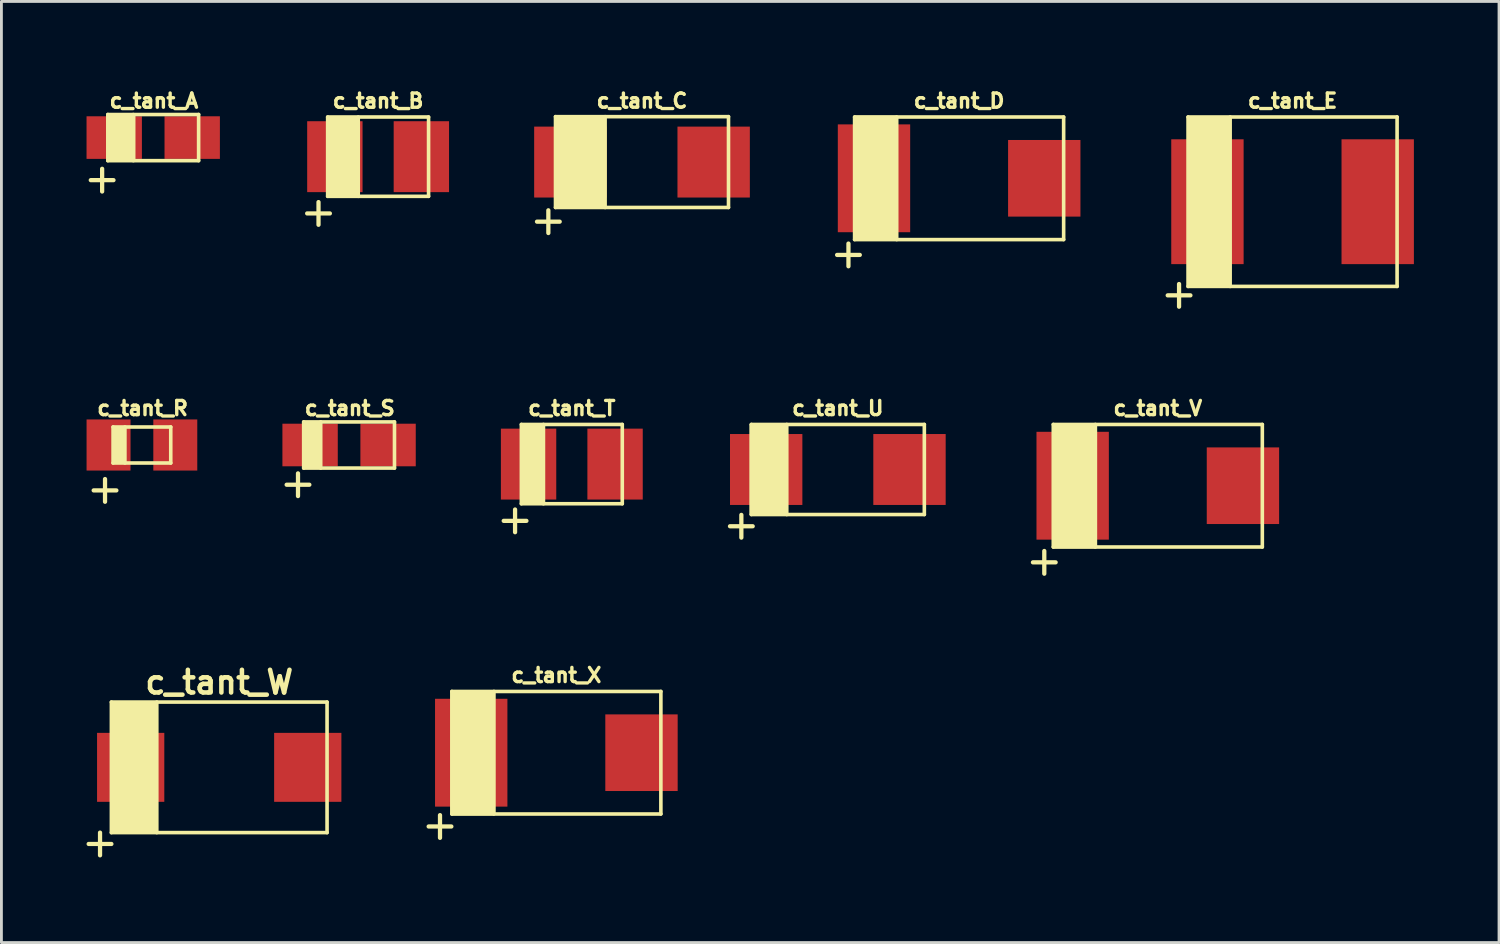
<source format=kicad_pcb>
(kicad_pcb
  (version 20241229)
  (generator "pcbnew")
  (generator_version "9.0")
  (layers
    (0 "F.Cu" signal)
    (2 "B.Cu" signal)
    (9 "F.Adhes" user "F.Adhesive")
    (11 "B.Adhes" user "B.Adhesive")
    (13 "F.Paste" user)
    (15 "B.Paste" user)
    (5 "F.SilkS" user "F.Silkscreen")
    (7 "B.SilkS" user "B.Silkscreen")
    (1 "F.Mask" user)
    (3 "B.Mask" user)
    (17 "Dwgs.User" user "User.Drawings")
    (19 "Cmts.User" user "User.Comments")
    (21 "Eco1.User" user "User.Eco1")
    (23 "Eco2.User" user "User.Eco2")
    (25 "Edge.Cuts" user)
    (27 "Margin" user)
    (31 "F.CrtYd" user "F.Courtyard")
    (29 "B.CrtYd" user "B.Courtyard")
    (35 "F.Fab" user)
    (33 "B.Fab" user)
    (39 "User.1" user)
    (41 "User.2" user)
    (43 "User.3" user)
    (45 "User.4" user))
  (footprint "c_tant_E"
    (layer "F.Cu")
    (at 42.498 4.058)
    (property "Reference" "c_tant_E" (at 0 -3.556 0) (layer "F.SilkS") (effects (font (size 0.5 0.5) (thickness 0.119))))
    (attr through_hole)
    (fp_line (start -4.4 3.3) (end -3.6 3.3) (stroke (width 0.15) (type solid)) (layer "F.SilkS"))
    (fp_line (start -4 2.9) (end -4 3.7) (stroke (width 0.15) (type solid)) (layer "F.SilkS"))
    (fp_line (start -3.683 -2.985) (end -3.683 2.985) (stroke (width 0.127) (type solid)) (layer "F.SilkS"))
    (fp_line (start -3.683 2.985) (end 3.683 2.985) (stroke (width 0.127) (type solid)) (layer "F.SilkS"))
    (fp_line (start -2.2 2.985) (end -2.2 -2.985) (stroke (width 0.127) (type solid)) (layer "F.SilkS"))
    (fp_line (start 3.683 -2.985) (end -3.683 -2.985) (stroke (width 0.127) (type solid)) (layer "F.SilkS"))
    (fp_line (start 3.683 -2.985) (end 3.683 2.985) (stroke (width 0.127) (type solid)) (layer "F.SilkS"))
    (fp_poly (pts (xy -3.7 -3) (xy -2.2 -3) (xy -2.2 3) (xy -3.7 3)) (stroke (width 0.01) (type solid)) (fill yes) (layer "F.SilkS"))
    (pad "1" smd rect (at -3 0) (size 2.55 4.399) (layers "F.Cu" "F.Mask" "F.Paste"))
    (pad "2" smd rect (at 3 0) (size 2.55 4.399) (layers "F.Cu" "F.Mask" "F.Paste")))
  (footprint "c_tant_R"
    (layer "F.Cu")
    (at 1.951 12.631)
    (property "Reference" "c_tant_R" (at 0.025 -1.295 0) (layer "F.SilkS") (effects (font (size 0.5 0.5) (thickness 0.119))))
    (attr through_hole)
    (fp_line (start -1.7 1.6) (end -0.9 1.6) (stroke (width 0.15) (type solid)) (layer "F.SilkS"))
    (fp_line (start -1.3 1.2) (end -1.3 2) (stroke (width 0.15) (type solid)) (layer "F.SilkS"))
    (fp_line (start -1.016 -0.635) (end -1.016 0.635) (stroke (width 0.127) (type solid)) (layer "F.SilkS"))
    (fp_line (start -1.016 0.635) (end 1.016 0.635) (stroke (width 0.127) (type solid)) (layer "F.SilkS"))
    (fp_line (start -0.6 -0.635) (end -0.6 0.635) (stroke (width 0.127) (type solid)) (layer "F.SilkS"))
    (fp_line (start 1.016 -0.635) (end -1.016 -0.635) (stroke (width 0.127) (type solid)) (layer "F.SilkS"))
    (fp_line (start 1.016 0.635) (end 1.016 -0.635) (stroke (width 0.127) (type solid)) (layer "F.SilkS"))
    (fp_poly (pts (xy -1 -0.6) (xy -0.6 -0.6) (xy -0.6 0.6) (xy -1 0.6)) (stroke (width 0.01) (type solid)) (fill yes) (layer "F.SilkS"))
    (pad "1" smd rect (at -1.176 0) (size 1.549 1.801) (layers "F.Cu" "F.Mask" "F.Paste"))
    (pad "2" smd rect (at 1.176 0) (size 1.549 1.801) (layers "F.Cu" "F.Mask" "F.Paste")))
  (footprint "c_tant_B"
    (layer "F.Cu")
    (at 10.274 2.471)
    (property "Reference" "c_tant_B" (at 0 -1.968 0) (layer "F.SilkS") (effects (font (size 0.5 0.5) (thickness 0.119))))
    (attr through_hole)
    (fp_line (start -2.5 2) (end -1.7 2) (stroke (width 0.15) (type solid)) (layer "F.SilkS"))
    (fp_line (start -2.1 1.6) (end -2.1 2.4) (stroke (width 0.15) (type solid)) (layer "F.SilkS"))
    (fp_line (start -1.778 -1.397) (end -1.778 1.397) (stroke (width 0.127) (type solid)) (layer "F.SilkS"))
    (fp_line (start -1.778 1.397) (end 1.778 1.397) (stroke (width 0.127) (type solid)) (layer "F.SilkS"))
    (fp_line (start -0.7 -1.397) (end -0.7 1.397) (stroke (width 0.127) (type solid)) (layer "F.SilkS"))
    (fp_line (start 1.778 -1.397) (end -1.778 -1.397) (stroke (width 0.127) (type solid)) (layer "F.SilkS"))
    (fp_line (start 1.778 1.397) (end 1.778 -1.397) (stroke (width 0.127) (type solid)) (layer "F.SilkS"))
    (fp_poly (pts (xy -1.8 -1.4) (xy -0.7 -1.4) (xy -0.7 1.4) (xy -1.8 1.4)) (stroke (width 0.01) (type solid)) (fill yes) (layer "F.SilkS"))
    (pad "1" smd rect (at -1.524 0) (size 1.951 2.499) (layers "F.Cu" "F.Mask" "F.Paste"))
    (pad "2" smd rect (at 1.524 0) (size 1.951 2.499) (layers "F.Cu" "F.Mask" "F.Paste")))
  (footprint "c_tant_A"
    (layer "F.Cu")
    (at 2.349 1.798)
    (property "Reference" "c_tant_A" (at 0.025 -1.295 0) (layer "F.SilkS") (effects (font (size 0.5 0.5) (thickness 0.119))))
    (attr through_hole)
    (fp_line (start -2.2 1.5) (end -1.4 1.5) (stroke (width 0.15) (type solid)) (layer "F.SilkS"))
    (fp_line (start -1.8 1.1) (end -1.8 1.9) (stroke (width 0.15) (type solid)) (layer "F.SilkS"))
    (fp_line (start -1.6 -0.813) (end -1.6 0.813) (stroke (width 0.127) (type solid)) (layer "F.SilkS"))
    (fp_line (start -1.6 0.813) (end 1.6 0.813) (stroke (width 0.127) (type solid)) (layer "F.SilkS"))
    (fp_line (start -0.7 0.8) (end -0.7 -0.8) (stroke (width 0.15) (type solid)) (layer "F.SilkS"))
    (fp_line (start 1.6 -0.813) (end -1.6 -0.813) (stroke (width 0.127) (type solid)) (layer "F.SilkS"))
    (fp_line (start 1.6 0.813) (end 1.6 -0.813) (stroke (width 0.127) (type solid)) (layer "F.SilkS"))
    (fp_poly (pts (xy -1.6 -0.8) (xy -0.7 -0.8) (xy -0.7 0.8) (xy -1.6 0.8)) (stroke (width 0.01) (type solid)) (fill yes) (layer "F.SilkS"))
    (pad "1" smd rect (at -1.374 0) (size 1.951 1.501) (layers "F.Cu" "F.Mask" "F.Paste"))
    (pad "2" smd rect (at 1.374 0) (size 1.951 1.501) (layers "F.Cu" "F.Mask" "F.Paste")))
  (footprint "c_tant_D"
    (layer "F.Cu")
    (at 30.748 3.233)
    (property "Reference" "c_tant_D" (at 0 -2.731 0) (layer "F.SilkS") (effects (font (size 0.5 0.5) (thickness 0.119))))
    (attr through_hole)
    (fp_line (start -4.3 2.7) (end -3.5 2.7) (stroke (width 0.15) (type solid)) (layer "F.SilkS"))
    (fp_line (start -3.9 2.3) (end -3.9 3.1) (stroke (width 0.15) (type solid)) (layer "F.SilkS"))
    (fp_line (start -3.683 -2.159) (end -3.683 2.159) (stroke (width 0.127) (type solid)) (layer "F.SilkS"))
    (fp_line (start -3.683 2.159) (end 3.683 2.159) (stroke (width 0.127) (type solid)) (layer "F.SilkS"))
    (fp_line (start -2.2 -2.159) (end -2.2 2.159) (stroke (width 0.127) (type solid)) (layer "F.SilkS"))
    (fp_line (start 3.683 -2.159) (end -3.683 -2.159) (stroke (width 0.127) (type solid)) (layer "F.SilkS"))
    (fp_line (start 3.683 2.159) (end 3.683 -2.159) (stroke (width 0.127) (type solid)) (layer "F.SilkS"))
    (fp_poly (pts (xy -3.7 -2.2) (xy -2.2 -2.2) (xy -2.2 2.2) (xy -3.7 2.2)) (stroke (width 0.01) (type solid)) (fill yes) (layer "F.SilkS"))
    (pad "1" smd rect (at -3 0) (size 2.55 3.8) (layers "F.Cu" "F.Mask" "F.Paste"))
    (pad "2" smd rect (at 3 0) (size 2.55 2.7) (layers "F.Cu" "F.Mask" "F.Paste")))
  (footprint "c_tant_V"
    (layer "F.Cu")
    (at 37.749 14.066)
    (property "Reference" "c_tant_V" (at 0 -2.731 0) (layer "F.SilkS") (effects (font (size 0.5 0.5) (thickness 0.119))))
    (attr through_hole)
    (fp_line (start -4.4 2.7) (end -3.6 2.7) (stroke (width 0.15) (type solid)) (layer "F.SilkS"))
    (fp_line (start -4 2.3) (end -4 3.1) (stroke (width 0.15) (type solid)) (layer "F.SilkS"))
    (fp_line (start -3.683 -2.159) (end -3.683 2.159) (stroke (width 0.127) (type solid)) (layer "F.SilkS"))
    (fp_line (start -3.683 2.159) (end 3.683 2.159) (stroke (width 0.127) (type solid)) (layer "F.SilkS"))
    (fp_line (start -2.2 -2.159) (end -2.2 2.159) (stroke (width 0.127) (type solid)) (layer "F.SilkS"))
    (fp_line (start 3.683 -2.159) (end -3.683 -2.159) (stroke (width 0.127) (type solid)) (layer "F.SilkS"))
    (fp_line (start 3.683 2.159) (end 3.683 -2.159) (stroke (width 0.127) (type solid)) (layer "F.SilkS"))
    (fp_poly (pts (xy -3.7 2.2) (xy -2.2 2.2) (xy -2.2 -2.2) (xy -3.7 -2.2)) (stroke (width 0.01) (type solid)) (fill yes) (layer "F.SilkS"))
    (pad "1" smd rect (at -3 0) (size 2.55 3.8) (layers "F.Cu" "F.Mask" "F.Paste"))
    (pad "2" smd rect (at 3 0) (size 2.55 2.7) (layers "F.Cu" "F.Mask" "F.Paste")))
  (footprint "c_tant_W"
    (layer "F.Cu")
    (at 4.675 23.99)
    (property "Reference" "c_tant_W" (at 0 -3 0) (layer "F.SilkS") (effects (font (size 0.8 0.8) (thickness 0.16))))
    (attr through_hole)
    (fp_line (start -4.6 2.7) (end -3.8 2.7) (stroke (width 0.15) (type solid)) (layer "F.SilkS"))
    (fp_line (start -4.2 2.3) (end -4.2 3.1) (stroke (width 0.15) (type solid)) (layer "F.SilkS"))
    (fp_line (start -3.8 -2.3) (end -3.8 2.3) (stroke (width 0.127) (type solid)) (layer "F.SilkS"))
    (fp_line (start -3.8 2.3) (end 3.8 2.3) (stroke (width 0.127) (type solid)) (layer "F.SilkS"))
    (fp_line (start -2.2 -2.3) (end -2.2 2.3) (stroke (width 0.127) (type solid)) (layer "F.SilkS"))
    (fp_line (start 3.8 -2.3) (end -3.8 -2.3) (stroke (width 0.127) (type solid)) (layer "F.SilkS"))
    (fp_line (start 3.8 2.3) (end 3.8 -2.3) (stroke (width 0.127) (type solid)) (layer "F.SilkS"))
    (fp_poly (pts (xy -3.8 -2.3) (xy -2.2 -2.3) (xy -2.2 2.3) (xy -3.8 2.3)) (stroke (width 0.01) (type solid)) (fill yes) (layer "F.SilkS"))
    (pad "1" smd rect (at -3.12 0) (size 2.37 2.43) (layers "F.Cu" "F.Mask" "F.Paste"))
    (pad "2" smd rect (at 3.12 0) (size 2.37 2.43) (layers "F.Cu" "F.Mask" "F.Paste")))
  (footprint "c_tant_S"
    (layer "F.Cu")
    (at 9.251 12.631)
    (property "Reference" "c_tant_S" (at 0.025 -1.295 0) (layer "F.SilkS") (effects (font (size 0.5 0.5) (thickness 0.119))))
    (attr through_hole)
    (fp_line (start -2.2 1.4) (end -1.4 1.4) (stroke (width 0.15) (type solid)) (layer "F.SilkS"))
    (fp_line (start -1.8 1) (end -1.8 1.8) (stroke (width 0.15) (type solid)) (layer "F.SilkS"))
    (fp_line (start -1.6 -0.813) (end -1.6 0.813) (stroke (width 0.127) (type solid)) (layer "F.SilkS"))
    (fp_line (start -1.6 0.813) (end 1.6 0.813) (stroke (width 0.127) (type solid)) (layer "F.SilkS"))
    (fp_line (start -1 0.813) (end -1 -0.813) (stroke (width 0.127) (type solid)) (layer "F.SilkS"))
    (fp_line (start 1.6 -0.813) (end -1.6 -0.813) (stroke (width 0.127) (type solid)) (layer "F.SilkS"))
    (fp_line (start 1.6 0.813) (end 1.6 -0.813) (stroke (width 0.127) (type solid)) (layer "F.SilkS"))
    (fp_poly (pts (xy -1.6 -0.8) (xy -1 -0.8) (xy -1 0.8) (xy -1.6 0.8)) (stroke (width 0.01) (type solid)) (fill yes) (layer "F.SilkS"))
    (pad "1" smd rect (at -1.374 0) (size 1.951 1.501) (layers "F.Cu" "F.Mask" "F.Paste"))
    (pad "2" smd rect (at 1.374 0) (size 1.951 1.501) (layers "F.Cu" "F.Mask" "F.Paste")))
  (footprint "c_tant_X"
    (layer "F.Cu")
    (at 16.555 23.474)
    (property "Reference" "c_tant_X" (at 0 -2.731 0) (layer "F.SilkS") (effects (font (size 0.5 0.5) (thickness 0.119))))
    (attr through_hole)
    (fp_line (start -4.5 2.6) (end -3.7 2.6) (stroke (width 0.15) (type solid)) (layer "F.SilkS"))
    (fp_line (start -4.1 2.2) (end -4.1 3) (stroke (width 0.15) (type solid)) (layer "F.SilkS"))
    (fp_line (start -3.683 -2.159) (end -3.683 2.159) (stroke (width 0.127) (type solid)) (layer "F.SilkS"))
    (fp_line (start -3.683 2.159) (end 3.683 2.159) (stroke (width 0.127) (type solid)) (layer "F.SilkS"))
    (fp_line (start -2.2 -2.159) (end -2.2 2.159) (stroke (width 0.127) (type solid)) (layer "F.SilkS"))
    (fp_line (start 3.683 -2.159) (end -3.683 -2.159) (stroke (width 0.127) (type solid)) (layer "F.SilkS"))
    (fp_line (start 3.683 2.159) (end 3.683 -2.159) (stroke (width 0.127) (type solid)) (layer "F.SilkS"))
    (fp_poly (pts (xy -3.7 -2.2) (xy -2.2 -2.2) (xy -2.2 2.2) (xy -3.7 2.2)) (stroke (width 0.01) (type solid)) (fill yes) (layer "F.SilkS"))
    (pad "1" smd rect (at -3 0) (size 2.55 3.8) (layers "F.Cu" "F.Mask" "F.Paste"))
    (pad "2" smd rect (at 3 0) (size 2.55 2.7) (layers "F.Cu" "F.Mask" "F.Paste")))
  (footprint "c_tant_C"
    (layer "F.Cu")
    (at 19.573 2.661)
    (property "Reference" "c_tant_C" (at 0 -2.159 0) (layer "F.SilkS") (effects (font (size 0.5 0.5) (thickness 0.119))))
    (attr through_hole)
    (fp_line (start -3.7 2.1) (end -2.9 2.1) (stroke (width 0.15) (type solid)) (layer "F.SilkS"))
    (fp_line (start -3.3 1.7) (end -3.3 2.5) (stroke (width 0.15) (type solid)) (layer "F.SilkS"))
    (fp_line (start -3.048 -1.6) (end -3.048 1.6) (stroke (width 0.127) (type solid)) (layer "F.SilkS"))
    (fp_line (start -3.048 1.6) (end 3.048 1.6) (stroke (width 0.127) (type solid)) (layer "F.SilkS"))
    (fp_line (start -1.3 -1.6) (end -1.3 1.6) (stroke (width 0.127) (type solid)) (layer "F.SilkS"))
    (fp_line (start 3.048 -1.6) (end -3.048 -1.6) (stroke (width 0.127) (type solid)) (layer "F.SilkS"))
    (fp_line (start 3.048 1.6) (end 3.048 -1.6) (stroke (width 0.127) (type solid)) (layer "F.SilkS"))
    (fp_poly (pts (xy -1.3 1.6) (xy -3 1.6) (xy -3 -1.6) (xy -1.3 -1.6)) (stroke (width 0.01) (type solid)) (fill yes) (layer "F.SilkS"))
    (pad "1" smd rect (at -2.525 0) (size 2.55 2.499) (layers "F.Cu" "F.Mask" "F.Paste"))
    (pad "2" smd rect (at 2.525 0) (size 2.55 2.499) (layers "F.Cu" "F.Mask" "F.Paste")))
  (footprint "c_tant_T"
    (layer "F.Cu")
    (at 17.1 13.304)
    (property "Reference" "c_tant_T" (at 0 -1.968 0) (layer "F.SilkS") (effects (font (size 0.5 0.5) (thickness 0.119))))
    (attr through_hole)
    (fp_line (start -2.4 2) (end -1.6 2) (stroke (width 0.15) (type solid)) (layer "F.SilkS"))
    (fp_line (start -2 1.6) (end -2 2.4) (stroke (width 0.15) (type solid)) (layer "F.SilkS"))
    (fp_line (start -1.778 -1.397) (end -1.778 1.397) (stroke (width 0.127) (type solid)) (layer "F.SilkS"))
    (fp_line (start -1.778 1.397) (end 1.778 1.397) (stroke (width 0.127) (type solid)) (layer "F.SilkS"))
    (fp_line (start -1 -1.397) (end -1 1.397) (stroke (width 0.127) (type solid)) (layer "F.SilkS"))
    (fp_line (start 1.778 -1.397) (end -1.778 -1.397) (stroke (width 0.127) (type solid)) (layer "F.SilkS"))
    (fp_line (start 1.778 1.397) (end 1.778 -1.397) (stroke (width 0.127) (type solid)) (layer "F.SilkS"))
    (fp_poly (pts (xy -1.8 -1.4) (xy -1 -1.4) (xy -1 1.4) (xy -1.8 1.4)) (stroke (width 0.01) (type solid)) (fill yes) (layer "F.SilkS"))
    (pad "1" smd rect (at -1.524 0) (size 1.951 2.499) (layers "F.Cu" "F.Mask" "F.Paste"))
    (pad "2" smd rect (at 1.524 0) (size 1.951 2.499) (layers "F.Cu" "F.Mask" "F.Paste")))
  (footprint "c_tant_U"
    (layer "F.Cu")
    (at 26.474 13.494)
    (property "Reference" "c_tant_U" (at 0 -2.159 0) (layer "F.SilkS") (effects (font (size 0.5 0.5) (thickness 0.119))))
    (attr through_hole)
    (fp_line (start -3.8 2) (end -3 2) (stroke (width 0.15) (type solid)) (layer "F.SilkS"))
    (fp_line (start -3.4 1.6) (end -3.4 2.4) (stroke (width 0.15) (type solid)) (layer "F.SilkS"))
    (fp_line (start -3.048 -1.587) (end -3.048 1.587) (stroke (width 0.127) (type solid)) (layer "F.SilkS"))
    (fp_line (start -3.048 1.587) (end 3.048 1.587) (stroke (width 0.127) (type solid)) (layer "F.SilkS"))
    (fp_line (start -1.8 -1.587) (end -1.8 1.587) (stroke (width 0.127) (type solid)) (layer "F.SilkS"))
    (fp_line (start 3.048 -1.587) (end -3.048 -1.587) (stroke (width 0.127) (type solid)) (layer "F.SilkS"))
    (fp_line (start 3.048 1.587) (end 3.048 -1.587) (stroke (width 0.127) (type solid)) (layer "F.SilkS"))
    (fp_poly (pts (xy -3.1 -1.6) (xy -1.8 -1.6) (xy -1.8 1.6) (xy -3.1 1.6)) (stroke (width 0.01) (type solid)) (fill yes) (layer "F.SilkS"))
    (pad "1" smd rect (at -2.525 0) (size 2.55 2.499) (layers "F.Cu" "F.Mask" "F.Paste"))
    (pad "2" smd rect (at 2.525 0) (size 2.55 2.499) (layers "F.Cu" "F.Mask" "F.Paste")))
  (gr_rect
    (start -3 -3)
    (end 49.773 30.165)
    (stroke (width 0.1) (type default))
    (fill no)
    (layer "Edge.Cuts")))
</source>
